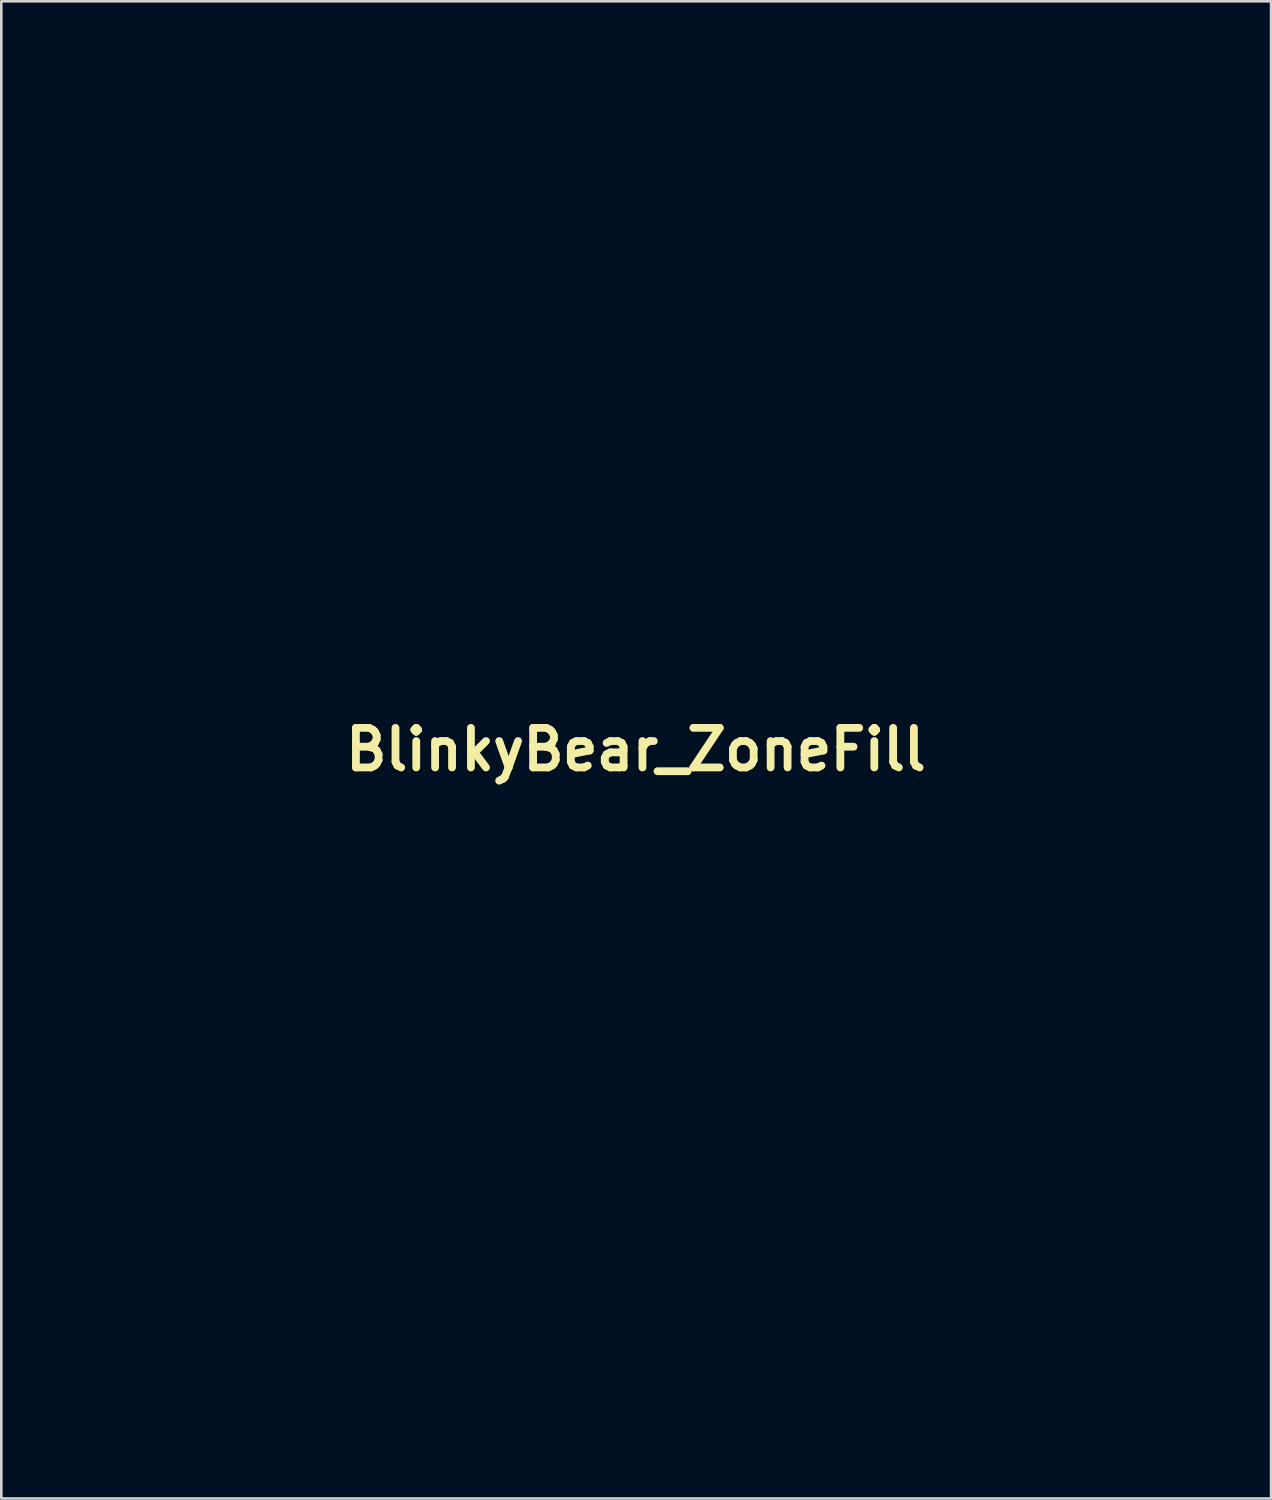
<source format=kicad_pcb>
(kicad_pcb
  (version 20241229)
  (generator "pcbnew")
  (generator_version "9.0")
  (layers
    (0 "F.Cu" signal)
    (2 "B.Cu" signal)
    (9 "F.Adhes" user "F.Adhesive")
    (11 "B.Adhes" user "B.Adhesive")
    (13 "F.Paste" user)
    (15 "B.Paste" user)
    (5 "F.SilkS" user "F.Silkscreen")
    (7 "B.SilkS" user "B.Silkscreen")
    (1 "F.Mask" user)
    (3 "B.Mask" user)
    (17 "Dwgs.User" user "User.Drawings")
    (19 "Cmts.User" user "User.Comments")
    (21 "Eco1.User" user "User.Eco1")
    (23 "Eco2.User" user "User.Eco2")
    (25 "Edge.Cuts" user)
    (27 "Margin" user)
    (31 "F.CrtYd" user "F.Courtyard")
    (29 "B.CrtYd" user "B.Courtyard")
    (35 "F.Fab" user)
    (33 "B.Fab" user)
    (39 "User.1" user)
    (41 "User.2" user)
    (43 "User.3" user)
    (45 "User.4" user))
  (footprint "BlinkyBear_ZoneFill"
    (layer "F.Cu")
    (at 21.43 25.807)
    (property "Reference" "BlinkyBear_ZoneFill" (at 0 0 0) (layer "F.SilkS") (effects (font (size 1.524 1.524) (thickness 0.3))))
    (attr through_hole)
    (fp_poly (pts (xy 8.883 -25.785) (xy 9.043 -25.769) (xy 9.535 -25.686) (xy 10.01 -25.557) (xy 10.465 -25.384) (xy 10.898 -25.169) (xy 11.307 -24.915) (xy 11.688 -24.623) (xy 12.039 -24.297) (xy 12.357 -23.939) (xy 12.64 -23.55) (xy 12.886 -23.134) (xy 13.092 -22.692) (xy 13.255 -22.227) (xy 13.338 -21.907) (xy 13.422 -21.424) (xy 13.457 -20.938) (xy 13.445 -20.454) (xy 13.386 -19.974) (xy 13.283 -19.504) (xy 13.136 -19.046) (xy 12.946 -18.604) (xy 12.715 -18.183) (xy 12.445 -17.785) (xy 12.135 -17.415) (xy 11.788 -17.076) (xy 11.701 -17.001) (xy 11.413 -16.778) (xy 11.098 -16.569) (xy 10.767 -16.379) (xy 10.433 -16.214) (xy 10.106 -16.082) (xy 9.884 -16.011) (xy 9.862 -15.985) (xy 9.865 -15.921) (xy 9.865 -15.919) (xy 9.94 -15.419) (xy 9.986 -14.888) (xy 10.004 -14.339) (xy 9.993 -13.784) (xy 9.954 -13.234) (xy 9.886 -12.7) (xy 9.84 -12.433) (xy 9.679 -11.724) (xy 9.473 -11.038) (xy 9.222 -10.375) (xy 8.926 -9.736) (xy 8.585 -9.12) (xy 8.199 -8.528) (xy 7.769 -7.962) (xy 7.295 -7.42) (xy 7.157 -7.275) (xy 6.781 -6.889) (xy 7.08 -6.73) (xy 7.754 -6.347) (xy 8.421 -5.917) (xy 9.076 -5.444) (xy 9.713 -4.93) (xy 10.184 -4.514) (xy 10.474 -4.247) (xy 10.576 -4.39) (xy 10.906 -4.813) (xy 11.274 -5.205) (xy 11.677 -5.562) (xy 12.11 -5.883) (xy 12.569 -6.165) (xy 13.051 -6.405) (xy 13.552 -6.601) (xy 13.988 -6.73) (xy 14.227 -6.787) (xy 14.444 -6.83) (xy 14.653 -6.861) (xy 14.871 -6.882) (xy 15.114 -6.896) (xy 15.268 -6.901) (xy 15.582 -6.906) (xy 15.861 -6.898) (xy 16.124 -6.877) (xy 16.384 -6.843) (xy 16.65 -6.794) (xy 17.187 -6.661) (xy 17.703 -6.482) (xy 18.195 -6.257) (xy 18.665 -5.988) (xy 19.111 -5.673) (xy 19.532 -5.315) (xy 19.764 -5.087) (xy 20.134 -4.672) (xy 20.458 -4.233) (xy 20.738 -3.77) (xy 20.974 -3.283) (xy 21.165 -2.771) (xy 21.312 -2.233) (xy 21.404 -1.753) (xy 21.426 -1.561) (xy 21.442 -1.332) (xy 21.45 -1.081) (xy 21.45 -0.82) (xy 21.444 -0.564) (xy 21.43 -0.325) (xy 21.41 -0.119) (xy 21.402 -0.064) (xy 21.292 0.492) (xy 21.137 1.025) (xy 20.938 1.534) (xy 20.693 2.019) (xy 20.403 2.481) (xy 20.068 2.919) (xy 19.775 3.246) (xy 19.377 3.624) (xy 18.951 3.961) (xy 18.499 4.256) (xy 18.024 4.508) (xy 17.528 4.715) (xy 17.016 4.877) (xy 16.49 4.992) (xy 15.952 5.059) (xy 15.405 5.077) (xy 15.31 5.075) (xy 14.904 5.063) (xy 14.919 5.167) (xy 14.924 5.222) (xy 14.931 5.319) (xy 14.94 5.449) (xy 14.949 5.604) (xy 14.958 5.774) (xy 14.963 5.869) (xy 14.978 6.541) (xy 14.957 7.238) (xy 14.9 7.949) (xy 14.81 8.664) (xy 14.687 9.374) (xy 14.532 10.067) (xy 14.426 10.467) (xy 14.39 10.594) (xy 14.362 10.703) (xy 14.341 10.784) (xy 14.332 10.829) (xy 14.332 10.835) (xy 14.359 10.841) (xy 14.426 10.85) (xy 14.522 10.861) (xy 14.618 10.871) (xy 15.235 10.955) (xy 15.827 11.083) (xy 16.399 11.256) (xy 16.953 11.475) (xy 17.491 11.741) (xy 18.016 12.056) (xy 18.531 12.419) (xy 18.567 12.447) (xy 18.693 12.55) (xy 18.843 12.683) (xy 19.008 12.838) (xy 19.181 13.007) (xy 19.353 13.18) (xy 19.514 13.35) (xy 19.658 13.507) (xy 19.775 13.644) (xy 19.812 13.691) (xy 20.178 14.203) (xy 20.495 14.726) (xy 20.765 15.262) (xy 20.988 15.816) (xy 21.166 16.389) (xy 21.3 16.985) (xy 21.388 17.577) (xy 21.402 17.744) (xy 21.411 17.948) (xy 21.415 18.177) (xy 21.415 18.418) (xy 21.409 18.658) (xy 21.4 18.884) (xy 21.385 19.083) (xy 21.376 19.175) (xy 21.291 19.733) (xy 21.171 20.264) (xy 21.012 20.78) (xy 20.811 21.29) (xy 20.594 21.749) (xy 20.343 22.205) (xy 20.07 22.628) (xy 19.767 23.03) (xy 19.425 23.422) (xy 19.229 23.625) (xy 18.776 24.045) (xy 18.295 24.423) (xy 17.787 24.758) (xy 17.255 25.05) (xy 16.699 25.297) (xy 16.122 25.499) (xy 15.525 25.655) (xy 14.961 25.757) (xy 14.375 25.816) (xy 13.783 25.827) (xy 13.189 25.79) (xy 12.599 25.707) (xy 12.017 25.578) (xy 11.449 25.404) (xy 10.899 25.186) (xy 10.399 24.94) (xy 9.943 24.674) (xy 9.523 24.39) (xy 9.129 24.079) (xy 8.745 23.731) (xy 8.635 23.623) (xy 8.243 23.203) (xy 7.893 22.768) (xy 7.582 22.315) (xy 7.308 21.837) (xy 7.068 21.331) (xy 6.86 20.792) (xy 6.681 20.215) (xy 6.63 20.022) (xy 6.602 19.914) (xy 6.406 20.012) (xy 6.22 20.101) (xy 5.999 20.201) (xy 5.758 20.304) (xy 5.511 20.406) (xy 5.359 20.465) (xy 4.536 20.757) (xy 3.703 20.999) (xy 2.863 21.192) (xy 2.017 21.334) (xy 1.168 21.428) (xy 0.316 21.472) (xy -0.537 21.466) (xy -1.388 21.41) (xy -2.237 21.306) (xy -3.081 21.151) (xy -3.92 20.948) (xy -4.751 20.695) (xy -5.573 20.392) (xy -5.841 20.282) (xy -5.98 20.222) (xy -6.119 20.161) (xy -6.242 20.105) (xy -6.336 20.061) (xy -6.349 20.054) (xy -6.463 19.998) (xy -6.54 19.964) (xy -6.589 19.954) (xy -6.618 19.97) (xy -6.636 20.01) (xy -6.652 20.078) (xy -6.654 20.085) (xy -6.698 20.262) (xy -6.76 20.471) (xy -6.833 20.697) (xy -6.913 20.926) (xy -6.995 21.142) (xy -7.03 21.226) (xy -7.288 21.78) (xy -7.59 22.308) (xy -7.932 22.809) (xy -8.314 23.28) (xy -8.732 23.719) (xy -9.185 24.123) (xy -9.669 24.49) (xy -10.184 24.818) (xy -10.49 24.986) (xy -11.041 25.243) (xy -11.612 25.455) (xy -12.198 25.621) (xy -12.795 25.739) (xy -13.399 25.809) (xy -14.006 25.83) (xy -14.592 25.803) (xy -15.184 25.727) (xy -15.769 25.602) (xy -16.346 25.428) (xy -16.92 25.203) (xy -17.259 25.046) (xy -17.75 24.784) (xy -18.206 24.494) (xy -18.637 24.17) (xy -19.054 23.805) (xy -19.211 23.653) (xy -19.633 23.201) (xy -20.013 22.72) (xy -20.35 22.212) (xy -20.644 21.679) (xy -20.894 21.122) (xy -21.099 20.543) (xy -21.259 19.944) (xy -21.372 19.326) (xy -21.392 19.177) (xy -21.404 19.038) (xy -21.414 18.86) (xy -21.42 18.654) (xy -21.423 18.431) (xy -21.423 18.203) (xy -21.42 17.981) (xy -21.413 17.776) (xy -21.403 17.6) (xy -21.391 17.475) (xy -21.292 16.865) (xy -21.147 16.272) (xy -20.957 15.701) (xy -20.726 15.151) (xy -20.454 14.626) (xy -20.144 14.127) (xy -19.797 13.655) (xy -19.416 13.213) (xy -19.002 12.803) (xy -18.557 12.426) (xy -18.083 12.084) (xy -17.582 11.78) (xy -17.056 11.514) (xy -16.506 11.29) (xy -15.935 11.108) (xy -15.344 10.97) (xy -14.745 10.88) (xy -14.612 10.866) (xy -14.499 10.852) (xy -14.414 10.842) (xy -14.366 10.836) (xy -14.358 10.835) (xy -14.363 10.811) (xy -14.379 10.751) (xy -14.404 10.669) (xy -14.404 10.667) (xy -14.499 10.338) (xy -14.592 9.97) (xy -14.679 9.572) (xy -14.76 9.155) (xy -14.832 8.73) (xy -14.894 8.308) (xy -14.942 7.899) (xy -14.949 7.838) (xy -14.971 7.562) (xy -14.988 7.257) (xy -14.999 6.933) (xy -15.004 6.6) (xy -15.003 6.268) (xy -14.996 5.948) (xy -14.984 5.649) (xy -14.966 5.382) (xy -14.945 5.181) (xy -14.93 5.065) (xy -15.333 5.075) (xy -15.874 5.064) (xy -16.409 5.002) (xy -16.935 4.891) (xy -17.451 4.732) (xy -17.955 4.524) (xy -18.445 4.268) (xy -18.919 3.966) (xy -19.03 3.886) (xy -19.182 3.767) (xy -19.354 3.617) (xy -19.538 3.446) (xy -19.723 3.263) (xy -19.901 3.077) (xy -20.061 2.9) (xy -20.194 2.739) (xy -20.229 2.692) (xy -20.545 2.225) (xy -20.814 1.74) (xy -21.036 1.236) (xy -21.211 0.712) (xy -21.339 0.167) (xy -21.377 -0.051) (xy -21.399 -0.233) (xy -21.414 -0.452) (xy -21.423 -0.695) (xy -21.425 -0.949) (xy -21.421 -1.201) (xy -21.411 -1.439) (xy -21.394 -1.648) (xy -21.378 -1.778) (xy -21.266 -2.334) (xy -21.109 -2.868) (xy -20.907 -3.377) (xy -20.661 -3.863) (xy -20.371 -4.324) (xy -20.037 -4.759) (xy -19.737 -5.089) (xy -19.328 -5.474) (xy -18.895 -5.815) (xy -18.438 -6.11) (xy -17.958 -6.361) (xy -17.455 -6.566) (xy -16.967 -6.716) (xy -16.765 -6.768) (xy -16.59 -6.808) (xy -16.432 -6.839) (xy -16.279 -6.862) (xy -16.122 -6.878) (xy -15.949 -6.888) (xy -15.75 -6.893) (xy -15.513 -6.895) (xy -15.443 -6.895) (xy -15.181 -6.893) (xy -14.958 -6.888) (xy -14.764 -6.877) (xy -14.586 -6.858) (xy -14.413 -6.832) (xy -14.235 -6.796) (xy -14.039 -6.748) (xy -13.842 -6.696) (xy -13.328 -6.529) (xy -12.833 -6.315) (xy -12.358 -6.058) (xy -11.908 -5.76) (xy -11.486 -5.422) (xy -11.096 -5.047) (xy -10.741 -4.639) (xy -10.614 -4.472) (xy -10.462 -4.266) (xy -10.19 -4.519) (xy -9.617 -5.023) (xy -9.001 -5.506) (xy -8.351 -5.963) (xy -7.672 -6.391) (xy -7.07 -6.731) (xy -6.762 -6.896) (xy -7.159 -7.304) (xy -7.639 -7.832) (xy -8.076 -8.387) (xy -8.471 -8.97) (xy -8.821 -9.577) (xy -9.128 -10.207) (xy -9.389 -10.859) (xy -9.605 -11.532) (xy -9.774 -12.224) (xy -9.896 -12.933) (xy -9.919 -13.106) (xy -9.958 -13.547) (xy -9.977 -14.017) (xy -9.974 -14.5) (xy -9.95 -14.979) (xy -9.906 -15.438) (xy -9.878 -15.643) (xy -9.86 -15.769) (xy -9.849 -15.877) (xy -9.843 -15.956) (xy -9.845 -15.998) (xy -9.847 -16.001) (xy -9.879 -16.017) (xy -9.947 -16.044) (xy -10.041 -16.078) (xy -10.109 -16.101) (xy -10.495 -16.256) (xy -10.88 -16.453) (xy -11.256 -16.688) (xy -11.611 -16.953) (xy -11.938 -17.243) (xy -12.226 -17.55) (xy -12.242 -17.568) (xy -12.478 -17.869) (xy -12.681 -18.174) (xy -12.866 -18.503) (xy -12.919 -18.605) (xy -13.117 -19.062) (xy -13.268 -19.53) (xy -13.37 -20.006) (xy -13.425 -20.487) (xy -13.433 -20.97) (xy -13.393 -21.451) (xy -13.307 -21.928) (xy -13.175 -22.396) (xy -12.997 -22.852) (xy -12.773 -23.294) (xy -12.503 -23.717) (xy -12.43 -23.818) (xy -12.334 -23.937) (xy -12.209 -24.078) (xy -12.063 -24.232) (xy -11.908 -24.389) (xy -11.752 -24.538) (xy -11.606 -24.67) (xy -11.48 -24.776) (xy -11.448 -24.8) (xy -11.029 -25.081) (xy -10.591 -25.317) (xy -10.139 -25.506) (xy -9.675 -25.648) (xy -9.203 -25.745) (xy -8.726 -25.795) (xy -8.247 -25.799) (xy -7.77 -25.757) (xy -7.296 -25.669) (xy -6.831 -25.534) (xy -6.376 -25.353) (xy -5.936 -25.126) (xy -5.513 -24.853) (xy -5.458 -24.813) (xy -5.203 -24.606) (xy -4.944 -24.363) (xy -4.692 -24.094) (xy -4.458 -23.811) (xy -4.254 -23.527) (xy -4.199 -23.444) (xy -4.154 -23.381) (xy -4.128 -23.346) (xy -4.124 -23.343) (xy -4.098 -23.352) (xy -4.035 -23.378) (xy -3.945 -23.415) (xy -3.842 -23.459) (xy -3.233 -23.694) (xy -2.599 -23.888) (xy -1.947 -24.041) (xy -1.285 -24.152) (xy -0.619 -24.219) (xy 0.042 -24.241) (xy 0.47 -24.23) (xy 1.129 -24.176) (xy 1.782 -24.08) (xy 2.422 -23.944) (xy 3.043 -23.769) (xy 3.636 -23.558) (xy 3.844 -23.472) (xy 3.957 -23.423) (xy 4.052 -23.383) (xy 4.119 -23.355) (xy 4.15 -23.343) (xy 4.151 -23.343) (xy 4.167 -23.362) (xy 4.205 -23.416) (xy 4.258 -23.496) (xy 4.314 -23.58) (xy 4.603 -23.973) (xy 4.927 -24.333) (xy 5.284 -24.657) (xy 5.67 -24.945) (xy 6.081 -25.194) (xy 6.514 -25.402) (xy 6.965 -25.569) (xy 7.431 -25.692) (xy 7.908 -25.771) (xy 8.393 -25.802) (xy 8.883 -25.785)) (stroke (width 0.01) (type solid)) (fill yes) (layer "F.Mask")))
  (gr_rect
    (start -3 -3)
    (end 45.886 54.642)
    (stroke (width 0.1) (type default))
    (fill no)
    (layer "Edge.Cuts")))
</source>
